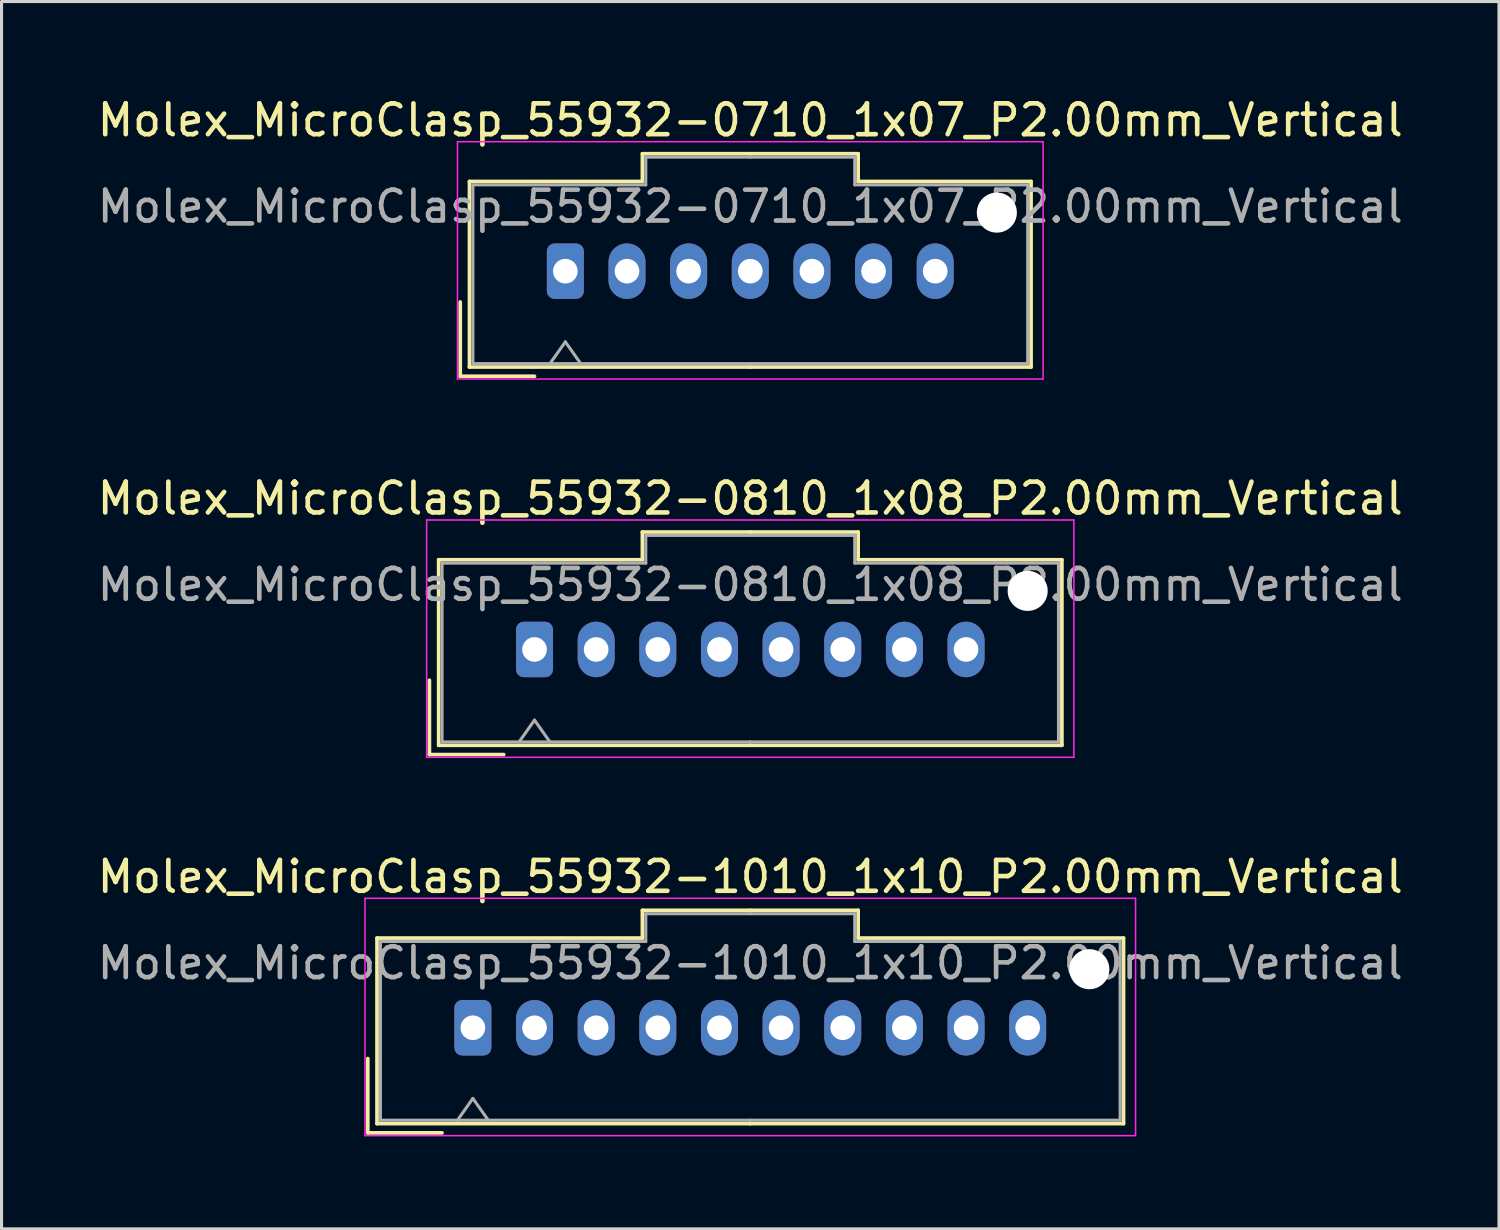
<source format=kicad_pcb>
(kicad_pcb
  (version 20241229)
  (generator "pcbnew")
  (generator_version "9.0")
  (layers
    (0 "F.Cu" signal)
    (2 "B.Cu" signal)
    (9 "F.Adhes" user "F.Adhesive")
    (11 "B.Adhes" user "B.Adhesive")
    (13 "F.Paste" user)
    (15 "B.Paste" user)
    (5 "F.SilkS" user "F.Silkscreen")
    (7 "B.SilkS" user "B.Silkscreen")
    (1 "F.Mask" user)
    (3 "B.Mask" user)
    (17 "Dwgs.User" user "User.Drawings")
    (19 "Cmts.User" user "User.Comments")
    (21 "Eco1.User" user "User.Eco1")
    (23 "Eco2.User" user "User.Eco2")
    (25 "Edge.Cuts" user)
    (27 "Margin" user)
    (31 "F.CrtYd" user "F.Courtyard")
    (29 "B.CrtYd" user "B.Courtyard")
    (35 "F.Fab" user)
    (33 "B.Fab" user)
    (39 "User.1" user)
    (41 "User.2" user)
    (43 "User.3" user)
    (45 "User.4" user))
  (footprint "Molex_MicroClasp_55932-0710_1x07_P2.00mm_Vertical"
    (layer "F.Cu")
    (at 15.292 5.748)
    (property "Reference" "Molex_MicroClasp_55932-0710_1x07_P2.00mm_Vertical" (at 6 -4.9 0) (layer "F.SilkS") (effects (font (size 1 1) (thickness 0.15))))
    (attr through_hole)
    (fp_line (start -3.41 1) (end -3.41 3.41) (stroke (width 0.12) (type solid)) (layer "F.SilkS"))
    (fp_line (start -3.41 3.41) (end -1 3.41) (stroke (width 0.12) (type solid)) (layer "F.SilkS"))
    (fp_line (start -3.11 -2.91) (end -3.11 3.11) (stroke (width 0.12) (type solid)) (layer "F.SilkS"))
    (fp_line (start -3.11 3.11) (end 6 3.11) (stroke (width 0.12) (type solid)) (layer "F.SilkS"))
    (fp_line (start 2.5 -3.81) (end 2.5 -2.91) (stroke (width 0.12) (type solid)) (layer "F.SilkS"))
    (fp_line (start 2.5 -2.91) (end -3.11 -2.91) (stroke (width 0.12) (type solid)) (layer "F.SilkS"))
    (fp_line (start 6 -3.81) (end 2.5 -3.81) (stroke (width 0.12) (type solid)) (layer "F.SilkS"))
    (fp_line (start 6 -3.81) (end 9.5 -3.81) (stroke (width 0.12) (type solid)) (layer "F.SilkS"))
    (fp_line (start 9.5 -3.81) (end 9.5 -2.91) (stroke (width 0.12) (type solid)) (layer "F.SilkS"))
    (fp_line (start 9.5 -2.91) (end 15.11 -2.91) (stroke (width 0.12) (type solid)) (layer "F.SilkS"))
    (fp_line (start 15.11 -2.91) (end 15.11 3.11) (stroke (width 0.12) (type solid)) (layer "F.SilkS"))
    (fp_line (start 15.11 3.11) (end 6 3.11) (stroke (width 0.12) (type solid)) (layer "F.SilkS"))
    (fp_line (start -3.5 -4.2) (end -3.5 3.5) (stroke (width 0.05) (type solid)) (layer "F.CrtYd"))
    (fp_line (start -3.5 3.5) (end 15.5 3.5) (stroke (width 0.05) (type solid)) (layer "F.CrtYd"))
    (fp_line (start 15.5 -4.2) (end -3.5 -4.2) (stroke (width 0.05) (type solid)) (layer "F.CrtYd"))
    (fp_line (start 15.5 3.5) (end 15.5 -4.2) (stroke (width 0.05) (type solid)) (layer "F.CrtYd"))
    (fp_line (start -3 -2.8) (end -3 3) (stroke (width 0.1) (type solid)) (layer "F.Fab"))
    (fp_line (start -3 3) (end 6 3) (stroke (width 0.1) (type solid)) (layer "F.Fab"))
    (fp_line (start -0.5 3) (end 0 2.293) (stroke (width 0.1) (type solid)) (layer "F.Fab"))
    (fp_line (start 0 2.293) (end 0.5 3) (stroke (width 0.1) (type solid)) (layer "F.Fab"))
    (fp_line (start 2.61 -3.7) (end 2.61 -2.8) (stroke (width 0.1) (type solid)) (layer "F.Fab"))
    (fp_line (start 2.61 -2.8) (end -3 -2.8) (stroke (width 0.1) (type solid)) (layer "F.Fab"))
    (fp_line (start 6 -3.7) (end 2.61 -3.7) (stroke (width 0.1) (type solid)) (layer "F.Fab"))
    (fp_line (start 6 -3.7) (end 9.39 -3.7) (stroke (width 0.1) (type solid)) (layer "F.Fab"))
    (fp_line (start 9.39 -3.7) (end 9.39 -2.8) (stroke (width 0.1) (type solid)) (layer "F.Fab"))
    (fp_line (start 9.39 -2.8) (end 15 -2.8) (stroke (width 0.1) (type solid)) (layer "F.Fab"))
    (fp_line (start 15 -2.8) (end 15 3) (stroke (width 0.1) (type solid)) (layer "F.Fab"))
    (fp_line (start 15 3) (end 6 3) (stroke (width 0.1) (type solid)) (layer "F.Fab"))
    (fp_text user "${REFERENCE}" (at 6 -2.1 0) (layer "F.Fab") (effects (font (size 1 1) (thickness 0.15))))
    (pad "" np_thru_hole circle (at 14 -1.9) (size 1.3 1.3) (drill 1.3) (layers "*.Cu" "*.Mask"))
    (pad "1" thru_hole roundrect (at 0 0) (size 1.2 1.8) (drill 0.8) (layers "*.Cu" "*.Mask") (roundrect_rratio 0.208))
    (pad "2" thru_hole oval (at 2 0) (size 1.2 1.8) (drill 0.8) (layers "*.Cu" "*.Mask"))
    (pad "3" thru_hole oval (at 4 0) (size 1.2 1.8) (drill 0.8) (layers "*.Cu" "*.Mask"))
    (pad "4" thru_hole oval (at 6 0) (size 1.2 1.8) (drill 0.8) (layers "*.Cu" "*.Mask"))
    (pad "5" thru_hole oval (at 8 0) (size 1.2 1.8) (drill 0.8) (layers "*.Cu" "*.Mask"))
    (pad "6" thru_hole oval (at 10 0) (size 1.2 1.8) (drill 0.8) (layers "*.Cu" "*.Mask"))
    (pad "7" thru_hole oval (at 12 0) (size 1.2 1.8) (drill 0.8) (layers "*.Cu" "*.Mask")))
  (footprint "Molex_MicroClasp_55932-0810_1x08_P2.00mm_Vertical"
    (layer "F.Cu")
    (at 14.292 18.021)
    (property "Reference" "Molex_MicroClasp_55932-0810_1x08_P2.00mm_Vertical" (at 7 -4.9 0) (layer "F.SilkS") (effects (font (size 1 1) (thickness 0.15))))
    (attr through_hole)
    (fp_line (start -3.41 1) (end -3.41 3.41) (stroke (width 0.12) (type solid)) (layer "F.SilkS"))
    (fp_line (start -3.41 3.41) (end -1 3.41) (stroke (width 0.12) (type solid)) (layer "F.SilkS"))
    (fp_line (start -3.11 -2.91) (end -3.11 3.11) (stroke (width 0.12) (type solid)) (layer "F.SilkS"))
    (fp_line (start -3.11 3.11) (end 7 3.11) (stroke (width 0.12) (type solid)) (layer "F.SilkS"))
    (fp_line (start 3.5 -3.81) (end 3.5 -2.91) (stroke (width 0.12) (type solid)) (layer "F.SilkS"))
    (fp_line (start 3.5 -2.91) (end -3.11 -2.91) (stroke (width 0.12) (type solid)) (layer "F.SilkS"))
    (fp_line (start 7 -3.81) (end 3.5 -3.81) (stroke (width 0.12) (type solid)) (layer "F.SilkS"))
    (fp_line (start 7 -3.81) (end 10.5 -3.81) (stroke (width 0.12) (type solid)) (layer "F.SilkS"))
    (fp_line (start 10.5 -3.81) (end 10.5 -2.91) (stroke (width 0.12) (type solid)) (layer "F.SilkS"))
    (fp_line (start 10.5 -2.91) (end 17.11 -2.91) (stroke (width 0.12) (type solid)) (layer "F.SilkS"))
    (fp_line (start 17.11 -2.91) (end 17.11 3.11) (stroke (width 0.12) (type solid)) (layer "F.SilkS"))
    (fp_line (start 17.11 3.11) (end 7 3.11) (stroke (width 0.12) (type solid)) (layer "F.SilkS"))
    (fp_line (start -3.5 -4.2) (end -3.5 3.5) (stroke (width 0.05) (type solid)) (layer "F.CrtYd"))
    (fp_line (start -3.5 3.5) (end 17.5 3.5) (stroke (width 0.05) (type solid)) (layer "F.CrtYd"))
    (fp_line (start 17.5 -4.2) (end -3.5 -4.2) (stroke (width 0.05) (type solid)) (layer "F.CrtYd"))
    (fp_line (start 17.5 3.5) (end 17.5 -4.2) (stroke (width 0.05) (type solid)) (layer "F.CrtYd"))
    (fp_line (start -3 -2.8) (end -3 3) (stroke (width 0.1) (type solid)) (layer "F.Fab"))
    (fp_line (start -3 3) (end 7 3) (stroke (width 0.1) (type solid)) (layer "F.Fab"))
    (fp_line (start -0.5 3) (end 0 2.293) (stroke (width 0.1) (type solid)) (layer "F.Fab"))
    (fp_line (start 0 2.293) (end 0.5 3) (stroke (width 0.1) (type solid)) (layer "F.Fab"))
    (fp_line (start 3.61 -3.7) (end 3.61 -2.8) (stroke (width 0.1) (type solid)) (layer "F.Fab"))
    (fp_line (start 3.61 -2.8) (end -3 -2.8) (stroke (width 0.1) (type solid)) (layer "F.Fab"))
    (fp_line (start 7 -3.7) (end 3.61 -3.7) (stroke (width 0.1) (type solid)) (layer "F.Fab"))
    (fp_line (start 7 -3.7) (end 10.39 -3.7) (stroke (width 0.1) (type solid)) (layer "F.Fab"))
    (fp_line (start 10.39 -3.7) (end 10.39 -2.8) (stroke (width 0.1) (type solid)) (layer "F.Fab"))
    (fp_line (start 10.39 -2.8) (end 17 -2.8) (stroke (width 0.1) (type solid)) (layer "F.Fab"))
    (fp_line (start 17 -2.8) (end 17 3) (stroke (width 0.1) (type solid)) (layer "F.Fab"))
    (fp_line (start 17 3) (end 7 3) (stroke (width 0.1) (type solid)) (layer "F.Fab"))
    (fp_text user "${REFERENCE}" (at 7 -2.1 0) (layer "F.Fab") (effects (font (size 1 1) (thickness 0.15))))
    (pad "" np_thru_hole circle (at 16 -1.9) (size 1.3 1.3) (drill 1.3) (layers "*.Cu" "*.Mask"))
    (pad "1" thru_hole roundrect (at 0 0) (size 1.2 1.8) (drill 0.8) (layers "*.Cu" "*.Mask") (roundrect_rratio 0.208))
    (pad "2" thru_hole oval (at 2 0) (size 1.2 1.8) (drill 0.8) (layers "*.Cu" "*.Mask"))
    (pad "3" thru_hole oval (at 4 0) (size 1.2 1.8) (drill 0.8) (layers "*.Cu" "*.Mask"))
    (pad "4" thru_hole oval (at 6 0) (size 1.2 1.8) (drill 0.8) (layers "*.Cu" "*.Mask"))
    (pad "5" thru_hole oval (at 8 0) (size 1.2 1.8) (drill 0.8) (layers "*.Cu" "*.Mask"))
    (pad "6" thru_hole oval (at 10 0) (size 1.2 1.8) (drill 0.8) (layers "*.Cu" "*.Mask"))
    (pad "7" thru_hole oval (at 12 0) (size 1.2 1.8) (drill 0.8) (layers "*.Cu" "*.Mask"))
    (pad "8" thru_hole oval (at 14 0) (size 1.2 1.8) (drill 0.8) (layers "*.Cu" "*.Mask")))
  (footprint "Molex_MicroClasp_55932-1010_1x10_P2.00mm_Vertical"
    (layer "F.Cu")
    (at 12.292 30.295)
    (property "Reference" "Molex_MicroClasp_55932-1010_1x10_P2.00mm_Vertical" (at 9 -4.9 0) (layer "F.SilkS") (effects (font (size 1 1) (thickness 0.15))))
    (attr through_hole)
    (fp_line (start -3.41 1) (end -3.41 3.41) (stroke (width 0.12) (type solid)) (layer "F.SilkS"))
    (fp_line (start -3.41 3.41) (end -1 3.41) (stroke (width 0.12) (type solid)) (layer "F.SilkS"))
    (fp_line (start -3.11 -2.91) (end -3.11 3.11) (stroke (width 0.12) (type solid)) (layer "F.SilkS"))
    (fp_line (start -3.11 3.11) (end 9 3.11) (stroke (width 0.12) (type solid)) (layer "F.SilkS"))
    (fp_line (start 5.5 -3.81) (end 5.5 -2.91) (stroke (width 0.12) (type solid)) (layer "F.SilkS"))
    (fp_line (start 5.5 -2.91) (end -3.11 -2.91) (stroke (width 0.12) (type solid)) (layer "F.SilkS"))
    (fp_line (start 9 -3.81) (end 5.5 -3.81) (stroke (width 0.12) (type solid)) (layer "F.SilkS"))
    (fp_line (start 9 -3.81) (end 12.5 -3.81) (stroke (width 0.12) (type solid)) (layer "F.SilkS"))
    (fp_line (start 12.5 -3.81) (end 12.5 -2.91) (stroke (width 0.12) (type solid)) (layer "F.SilkS"))
    (fp_line (start 12.5 -2.91) (end 21.11 -2.91) (stroke (width 0.12) (type solid)) (layer "F.SilkS"))
    (fp_line (start 21.11 -2.91) (end 21.11 3.11) (stroke (width 0.12) (type solid)) (layer "F.SilkS"))
    (fp_line (start 21.11 3.11) (end 9 3.11) (stroke (width 0.12) (type solid)) (layer "F.SilkS"))
    (fp_line (start -3.5 -4.2) (end -3.5 3.5) (stroke (width 0.05) (type solid)) (layer "F.CrtYd"))
    (fp_line (start -3.5 3.5) (end 21.5 3.5) (stroke (width 0.05) (type solid)) (layer "F.CrtYd"))
    (fp_line (start 21.5 -4.2) (end -3.5 -4.2) (stroke (width 0.05) (type solid)) (layer "F.CrtYd"))
    (fp_line (start 21.5 3.5) (end 21.5 -4.2) (stroke (width 0.05) (type solid)) (layer "F.CrtYd"))
    (fp_line (start -3 -2.8) (end -3 3) (stroke (width 0.1) (type solid)) (layer "F.Fab"))
    (fp_line (start -3 3) (end 9 3) (stroke (width 0.1) (type solid)) (layer "F.Fab"))
    (fp_line (start -0.5 3) (end 0 2.293) (stroke (width 0.1) (type solid)) (layer "F.Fab"))
    (fp_line (start 0 2.293) (end 0.5 3) (stroke (width 0.1) (type solid)) (layer "F.Fab"))
    (fp_line (start 5.61 -3.7) (end 5.61 -2.8) (stroke (width 0.1) (type solid)) (layer "F.Fab"))
    (fp_line (start 5.61 -2.8) (end -3 -2.8) (stroke (width 0.1) (type solid)) (layer "F.Fab"))
    (fp_line (start 9 -3.7) (end 5.61 -3.7) (stroke (width 0.1) (type solid)) (layer "F.Fab"))
    (fp_line (start 9 -3.7) (end 12.39 -3.7) (stroke (width 0.1) (type solid)) (layer "F.Fab"))
    (fp_line (start 12.39 -3.7) (end 12.39 -2.8) (stroke (width 0.1) (type solid)) (layer "F.Fab"))
    (fp_line (start 12.39 -2.8) (end 21 -2.8) (stroke (width 0.1) (type solid)) (layer "F.Fab"))
    (fp_line (start 21 -2.8) (end 21 3) (stroke (width 0.1) (type solid)) (layer "F.Fab"))
    (fp_line (start 21 3) (end 9 3) (stroke (width 0.1) (type solid)) (layer "F.Fab"))
    (fp_text user "${REFERENCE}" (at 9 -2.1 0) (layer "F.Fab") (effects (font (size 1 1) (thickness 0.15))))
    (pad "" np_thru_hole circle (at 20 -1.9) (size 1.3 1.3) (drill 1.3) (layers "*.Cu" "*.Mask"))
    (pad "1" thru_hole roundrect (at 0 0) (size 1.2 1.8) (drill 0.8) (layers "*.Cu" "*.Mask") (roundrect_rratio 0.208))
    (pad "2" thru_hole oval (at 2 0) (size 1.2 1.8) (drill 0.8) (layers "*.Cu" "*.Mask"))
    (pad "3" thru_hole oval (at 4 0) (size 1.2 1.8) (drill 0.8) (layers "*.Cu" "*.Mask"))
    (pad "4" thru_hole oval (at 6 0) (size 1.2 1.8) (drill 0.8) (layers "*.Cu" "*.Mask"))
    (pad "5" thru_hole oval (at 8 0) (size 1.2 1.8) (drill 0.8) (layers "*.Cu" "*.Mask"))
    (pad "6" thru_hole oval (at 10 0) (size 1.2 1.8) (drill 0.8) (layers "*.Cu" "*.Mask"))
    (pad "7" thru_hole oval (at 12 0) (size 1.2 1.8) (drill 0.8) (layers "*.Cu" "*.Mask"))
    (pad "8" thru_hole oval (at 14 0) (size 1.2 1.8) (drill 0.8) (layers "*.Cu" "*.Mask"))
    (pad "9" thru_hole oval (at 16 0) (size 1.2 1.8) (drill 0.8) (layers "*.Cu" "*.Mask"))
    (pad "10" thru_hole oval (at 18 0) (size 1.2 1.8) (drill 0.8) (layers "*.Cu" "*.Mask")))
  (gr_rect
    (start -3 -3)
    (end 45.583 36.82)
    (stroke (width 0.1) (type default))
    (fill no)
    (layer "Edge.Cuts")))
</source>
